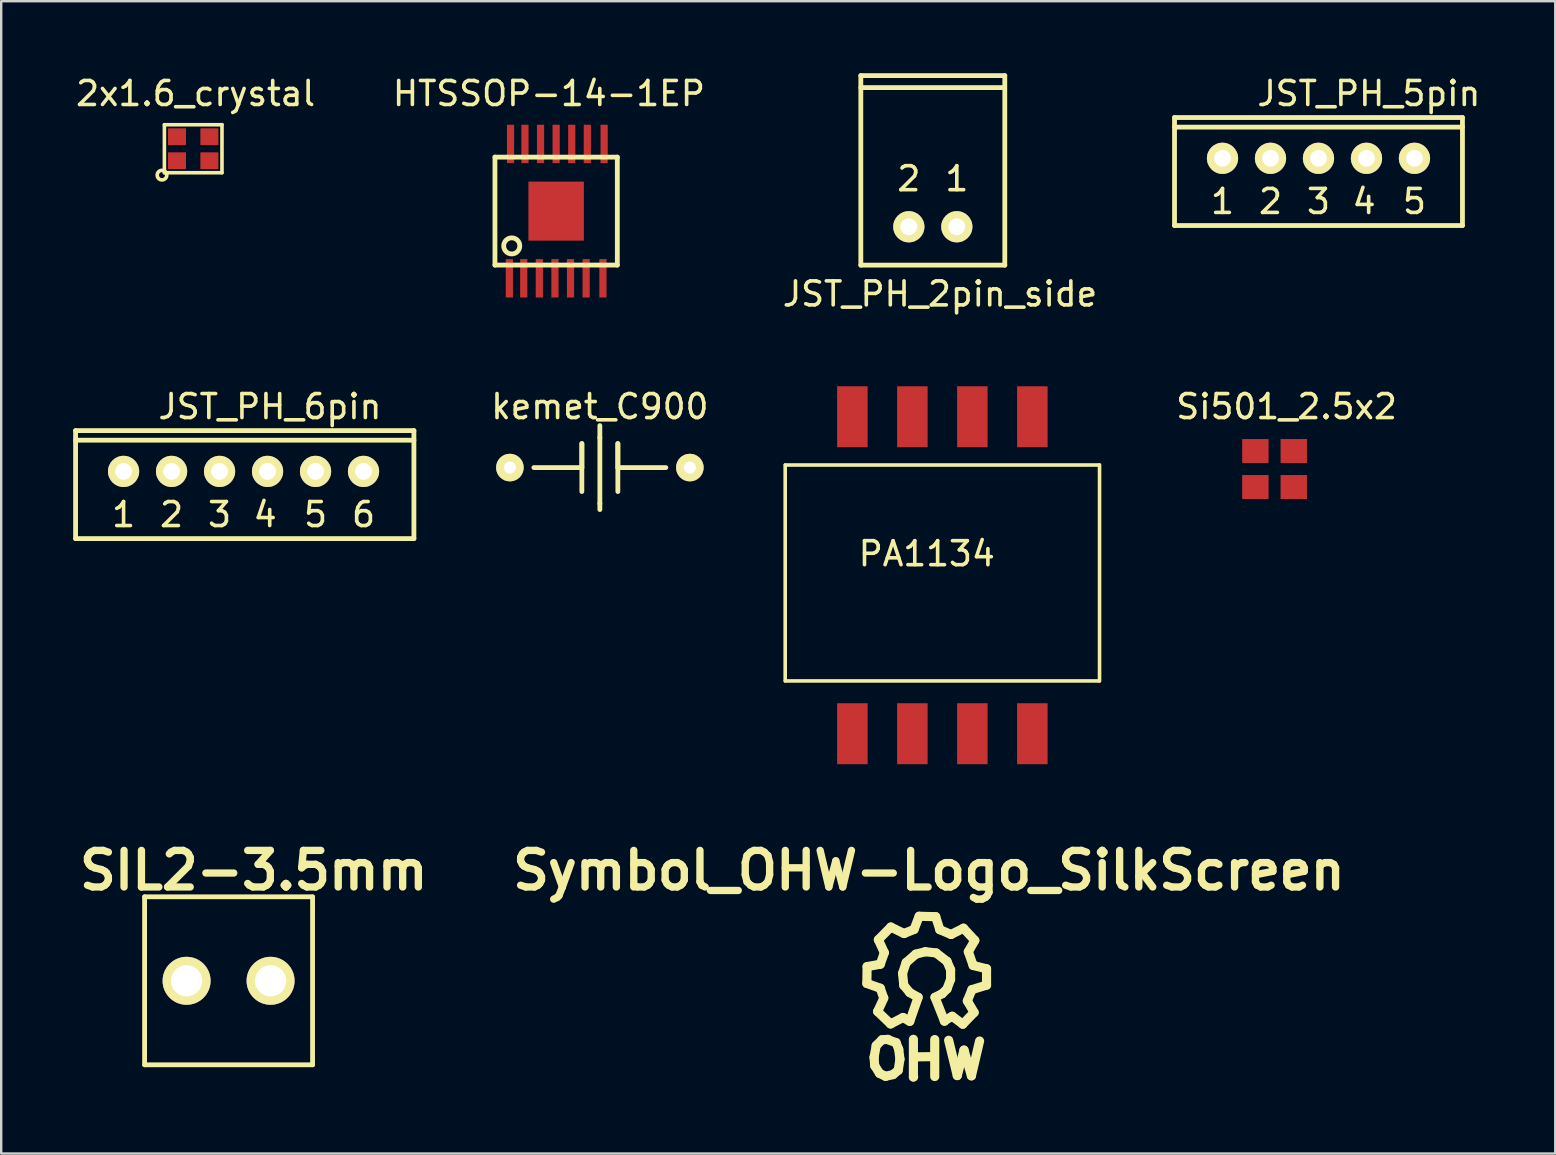
<source format=kicad_pcb>
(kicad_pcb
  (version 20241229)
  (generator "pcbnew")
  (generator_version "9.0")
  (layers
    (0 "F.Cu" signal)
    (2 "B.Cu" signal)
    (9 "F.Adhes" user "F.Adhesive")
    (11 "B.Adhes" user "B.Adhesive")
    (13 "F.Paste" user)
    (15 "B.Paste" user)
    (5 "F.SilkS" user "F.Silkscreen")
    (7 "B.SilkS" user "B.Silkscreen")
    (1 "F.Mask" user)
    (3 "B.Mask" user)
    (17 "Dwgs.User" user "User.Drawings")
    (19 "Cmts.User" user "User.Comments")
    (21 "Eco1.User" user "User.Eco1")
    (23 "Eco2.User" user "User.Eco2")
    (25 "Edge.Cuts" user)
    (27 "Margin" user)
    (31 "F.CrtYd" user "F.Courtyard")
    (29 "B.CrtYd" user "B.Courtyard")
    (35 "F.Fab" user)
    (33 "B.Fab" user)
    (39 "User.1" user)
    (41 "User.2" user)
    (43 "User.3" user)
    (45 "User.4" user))
  (footprint "JST_PH_2pin_side"
    (layer "F.Cu")
    (at 38.825 6.4)
    (property "Reference" "JST_PH_2pin_side" (at -2.7 2.8 0) (layer "F.SilkS") (effects (font (size 1 1) (thickness 0.15))))
    (attr through_hole)
    (fp_line (start -6 -6.3) (end 0 -6.3) (stroke (width 0.2) (type solid)) (layer "F.SilkS"))
    (fp_line (start -6 -5.8) (end -0.1 -5.8) (stroke (width 0.2) (type solid)) (layer "F.SilkS"))
    (fp_line (start -6 1.6) (end -6 -6.3) (stroke (width 0.2) (type solid)) (layer "F.SilkS"))
    (fp_line (start 0 -6.3) (end 0 1.6) (stroke (width 0.2) (type solid)) (layer "F.SilkS"))
    (fp_line (start 0 1.6) (end -6 1.6) (stroke (width 0.2) (type solid)) (layer "F.SilkS"))
    (fp_text user "2" (at -4 -2 0) (layer "F.SilkS") (effects (font (size 1 1) (thickness 0.15))))
    (fp_text user "1" (at -2 -2 0) (layer "F.SilkS") (effects (font (size 1 1) (thickness 0.15))))
    (pad "1" thru_hole circle (at -2 0) (size 1.3 1.3) (drill 0.7) (layers "*.Cu" "*.Mask" "F.SilkS"))
    (pad "2" thru_hole circle (at -4 0) (size 1.3 1.3) (drill 0.7) (layers "*.Cu" "*.Mask" "F.SilkS")))
  (footprint "Symbol_OHW-Logo_SilkScreen"
    (layer "F.Cu")
    (at 35.565 37.614)
    (property "Reference" "Symbol_OHW-Logo_SilkScreen" (at 0.099 -4.389 0) (layer "F.SilkS") (effects (font (size 1.524 1.524) (thickness 0.305))))
    (attr through_hole)
    (fp_line (start -2.489 0.32) (end -1.93 0.521) (stroke (width 0.381) (type solid)) (layer "F.SilkS"))
    (fp_line (start -2.479 -0.381) (end -2.489 0.32) (stroke (width 0.381) (type solid)) (layer "F.SilkS"))
    (fp_line (start -2.189 3.401) (end -2.161 3.749) (stroke (width 0.381) (type solid)) (layer "F.SilkS"))
    (fp_line (start -2.161 3.749) (end -1.96 4.069) (stroke (width 0.381) (type solid)) (layer "F.SilkS"))
    (fp_line (start -2.1 2.911) (end -2.189 3.401) (stroke (width 0.381) (type solid)) (layer "F.SilkS"))
    (fp_line (start -2.04 1.491) (end -1.501 2.009) (stroke (width 0.381) (type solid)) (layer "F.SilkS"))
    (fp_line (start -2.009 -1.501) (end -1.76 -0.96) (stroke (width 0.381) (type solid)) (layer "F.SilkS"))
    (fp_line (start -1.96 4.069) (end -1.709 4.191) (stroke (width 0.381) (type solid)) (layer "F.SilkS"))
    (fp_line (start -1.93 -0.48) (end -2.479 -0.381) (stroke (width 0.381) (type solid)) (layer "F.SilkS"))
    (fp_line (start -1.93 0.521) (end -1.791 0.919) (stroke (width 0.381) (type solid)) (layer "F.SilkS"))
    (fp_line (start -1.859 2.67) (end -2.1 2.911) (stroke (width 0.381) (type solid)) (layer "F.SilkS"))
    (fp_line (start -1.781 0.93) (end -2.04 1.491) (stroke (width 0.381) (type solid)) (layer "F.SilkS"))
    (fp_line (start -1.76 -0.96) (end -1.93 -0.48) (stroke (width 0.381) (type solid)) (layer "F.SilkS"))
    (fp_line (start -1.709 4.191) (end -1.399 4.12) (stroke (width 0.381) (type solid)) (layer "F.SilkS"))
    (fp_line (start -1.61 2.649) (end -1.859 2.67) (stroke (width 0.381) (type solid)) (layer "F.SilkS"))
    (fp_line (start -1.501 2.009) (end -0.98 1.74) (stroke (width 0.381) (type solid)) (layer "F.SilkS"))
    (fp_line (start -1.491 -2.029) (end -2.009 -1.501) (stroke (width 0.381) (type solid)) (layer "F.SilkS"))
    (fp_line (start -1.399 4.12) (end -1.181 3.94) (stroke (width 0.381) (type solid)) (layer "F.SilkS"))
    (fp_line (start -1.27 2.789) (end -1.63 2.659) (stroke (width 0.381) (type solid)) (layer "F.SilkS"))
    (fp_line (start -1.181 3.94) (end -1.11 3.48) (stroke (width 0.381) (type solid)) (layer "F.SilkS"))
    (fp_line (start -1.16 3.071) (end -1.27 2.789) (stroke (width 0.381) (type solid)) (layer "F.SilkS"))
    (fp_line (start -1.11 3.48) (end -1.16 3.071) (stroke (width 0.381) (type solid)) (layer "F.SilkS"))
    (fp_line (start -1.001 -0.099) (end -0.95 0.399) (stroke (width 0.381) (type solid)) (layer "F.SilkS"))
    (fp_line (start -0.98 1.74) (end -0.701 1.9) (stroke (width 0.381) (type solid)) (layer "F.SilkS"))
    (fp_line (start -0.95 0.399) (end -0.701 0.701) (stroke (width 0.381) (type solid)) (layer "F.SilkS"))
    (fp_line (start -0.94 -1.76) (end -1.491 -2.029) (stroke (width 0.381) (type solid)) (layer "F.SilkS"))
    (fp_line (start -0.851 -0.551) (end -1.001 -0.099) (stroke (width 0.381) (type solid)) (layer "F.SilkS"))
    (fp_line (start -0.701 0.701) (end -0.351 0.899) (stroke (width 0.381) (type solid)) (layer "F.SilkS"))
    (fp_line (start -0.549 2.649) (end -0.549 4.219) (stroke (width 0.381) (type solid)) (layer "F.SilkS"))
    (fp_line (start -0.549 4.219) (end -0.539 4.209) (stroke (width 0.381) (type solid)) (layer "F.SilkS"))
    (fp_line (start -0.521 -1.93) (end -0.94 -1.76) (stroke (width 0.381) (type solid)) (layer "F.SilkS"))
    (fp_line (start -0.501 3.381) (end 0.289 3.371) (stroke (width 0.381) (type solid)) (layer "F.SilkS"))
    (fp_line (start -0.45 -0.899) (end -0.851 -0.551) (stroke (width 0.381) (type solid)) (layer "F.SilkS"))
    (fp_line (start -0.351 0.899) (end -0.701 1.9) (stroke (width 0.381) (type solid)) (layer "F.SilkS"))
    (fp_line (start -0.31 -2.479) (end -0.521 -1.93) (stroke (width 0.381) (type solid)) (layer "F.SilkS"))
    (fp_line (start -0.051 -1.001) (end -0.45 -0.899) (stroke (width 0.381) (type solid)) (layer "F.SilkS"))
    (fp_line (start 0.289 3.371) (end 0.299 3.381) (stroke (width 0.381) (type solid)) (layer "F.SilkS"))
    (fp_line (start 0.299 3.381) (end 0.299 3.371) (stroke (width 0.381) (type solid)) (layer "F.SilkS"))
    (fp_line (start 0.34 2.659) (end 0.34 4.201) (stroke (width 0.381) (type solid)) (layer "F.SilkS"))
    (fp_line (start 0.351 0.899) (end 0.65 0.749) (stroke (width 0.381) (type solid)) (layer "F.SilkS"))
    (fp_line (start 0.351 0.899) (end 0.749 1.9) (stroke (width 0.381) (type solid)) (layer "F.SilkS"))
    (fp_line (start 0.381 -2.461) (end -0.31 -2.479) (stroke (width 0.381) (type solid)) (layer "F.SilkS"))
    (fp_line (start 0.399 -0.95) (end -0.051 -1.001) (stroke (width 0.381) (type solid)) (layer "F.SilkS"))
    (fp_line (start 0.551 -1.92) (end 0.381 -2.461) (stroke (width 0.381) (type solid)) (layer "F.SilkS"))
    (fp_line (start 0.65 0.749) (end 0.851 0.551) (stroke (width 0.381) (type solid)) (layer "F.SilkS"))
    (fp_line (start 0.739 1.88) (end 1.069 1.689) (stroke (width 0.381) (type solid)) (layer "F.SilkS"))
    (fp_line (start 0.851 -0.599) (end 0.399 -0.95) (stroke (width 0.381) (type solid)) (layer "F.SilkS"))
    (fp_line (start 0.851 0.551) (end 1.001 0.15) (stroke (width 0.381) (type solid)) (layer "F.SilkS"))
    (fp_line (start 0.919 2.69) (end 1.279 4.161) (stroke (width 0.381) (type solid)) (layer "F.SilkS"))
    (fp_line (start 1.001 -0.249) (end 0.851 -0.599) (stroke (width 0.381) (type solid)) (layer "F.SilkS"))
    (fp_line (start 1.001 0.15) (end 1.001 -0.249) (stroke (width 0.381) (type solid)) (layer "F.SilkS"))
    (fp_line (start 1.021 -1.72) (end 0.551 -1.92) (stroke (width 0.381) (type solid)) (layer "F.SilkS"))
    (fp_line (start 1.069 1.689) (end 1.509 2.019) (stroke (width 0.381) (type solid)) (layer "F.SilkS"))
    (fp_line (start 1.279 4.161) (end 1.559 3.099) (stroke (width 0.381) (type solid)) (layer "F.SilkS"))
    (fp_line (start 1.509 2.019) (end 1.981 1.529) (stroke (width 0.381) (type solid)) (layer "F.SilkS"))
    (fp_line (start 1.539 -1.981) (end 1.021 -1.72) (stroke (width 0.381) (type solid)) (layer "F.SilkS"))
    (fp_line (start 1.559 3.099) (end 1.869 4.171) (stroke (width 0.381) (type solid)) (layer "F.SilkS"))
    (fp_line (start 1.699 1.049) (end 1.89 0.579) (stroke (width 0.381) (type solid)) (layer "F.SilkS"))
    (fp_line (start 1.74 -1.001) (end 2.009 -1.471) (stroke (width 0.381) (type solid)) (layer "F.SilkS"))
    (fp_line (start 1.869 4.171) (end 2.209 2.72) (stroke (width 0.381) (type solid)) (layer "F.SilkS"))
    (fp_line (start 1.89 0.579) (end 2.499 0.391) (stroke (width 0.381) (type solid)) (layer "F.SilkS"))
    (fp_line (start 1.941 -0.429) (end 1.74 -1.001) (stroke (width 0.381) (type solid)) (layer "F.SilkS"))
    (fp_line (start 1.981 1.529) (end 1.699 1.049) (stroke (width 0.381) (type solid)) (layer "F.SilkS"))
    (fp_line (start 2.009 -1.471) (end 1.539 -1.981) (stroke (width 0.381) (type solid)) (layer "F.SilkS"))
    (fp_line (start 2.499 -0.29) (end 1.941 -0.429) (stroke (width 0.381) (type solid)) (layer "F.SilkS"))
    (fp_line (start 2.499 0.391) (end 2.499 -0.29) (stroke (width 0.381) (type solid)) (layer "F.SilkS")))
  (footprint "HTSSOP-14-1EP"
    (layer "F.Cu")
    (at 20.127 5.748)
    (property "Reference" "HTSSOP-14-1EP" (at -0.3 -4.9 0) (layer "F.SilkS") (effects (font (size 1 1) (thickness 0.15))))
    (attr through_hole)
    (fp_line (start -2.55 -2.25) (end -2.55 2.25) (stroke (width 0.2) (type solid)) (layer "F.SilkS"))
    (fp_line (start -2.55 2.25) (end 2.55 2.25) (stroke (width 0.2) (type solid)) (layer "F.SilkS"))
    (fp_line (start 2.55 -2.25) (end -2.55 -2.25) (stroke (width 0.2) (type solid)) (layer "F.SilkS"))
    (fp_line (start 2.55 2.25) (end 2.55 -2.25) (stroke (width 0.2) (type solid)) (layer "F.SilkS"))
    (fp_circle (center -1.85 1.45) (end -1.55 1.6) (stroke (width 0.2) (type solid)) (fill no) (layer "F.SilkS"))
    (pad "1" smd rect (at -1.95 2.8) (size 0.3 1.6) (layers "F.Cu" "F.Mask" "F.Paste"))
    (pad "2" smd rect (at -1.35 2.8) (size 0.3 1.6) (layers "F.Cu" "F.Mask" "F.Paste"))
    (pad "3" smd rect (at -0.7 2.8) (size 0.3 1.6) (layers "F.Cu" "F.Mask" "F.Paste"))
    (pad "4" smd rect (at -0.05 2.8) (size 0.3 1.6) (layers "F.Cu" "F.Mask" "F.Paste"))
    (pad "5" smd rect (at 0.6 2.8) (size 0.3 1.6) (layers "F.Cu" "F.Mask" "F.Paste"))
    (pad "6" smd rect (at 1.25 2.8) (size 0.3 1.6) (layers "F.Cu" "F.Mask" "F.Paste"))
    (pad "7" smd rect (at 1.95 2.8) (size 0.3 1.6) (layers "F.Cu" "F.Mask" "F.Paste"))
    (pad "8" smd rect (at 2 -2.8) (size 0.3 1.6) (layers "F.Cu" "F.Mask" "F.Paste"))
    (pad "9" smd rect (at 1.3 -2.8) (size 0.3 1.6) (layers "F.Cu" "F.Mask" "F.Paste"))
    (pad "10" smd rect (at 0.65 -2.8) (size 0.3 1.6) (layers "F.Cu" "F.Mask" "F.Paste"))
    (pad "11" smd rect (at 0 -2.8) (size 0.3 1.6) (layers "F.Cu" "F.Mask" "F.Paste"))
    (pad "12" smd rect (at -0.65 -2.8) (size 0.3 1.6) (layers "F.Cu" "F.Mask" "F.Paste"))
    (pad "13" smd rect (at -1.3 -2.8) (size 0.3 1.6) (layers "F.Cu" "F.Mask" "F.Paste"))
    (pad "14" smd rect (at -1.9 -2.8) (size 0.3 1.6) (layers "F.Cu" "F.Mask" "F.Paste"))
    (pad "15" smd rect (at 0 0) (size 2.31 2.46) (layers "F.Cu" "F.Mask" "F.Paste")))
  (footprint "2x1.6_crystal"
    (layer "F.Cu")
    (at 5.001 3.148)
    (property "Reference" "2x1.6_crystal" (at 0.1 -2.3 0) (layer "F.SilkS") (effects (font (size 1 1) (thickness 0.15))))
    (attr through_hole)
    (fp_line (start -1.2 -1) (end -1.2 1) (stroke (width 0.15) (type solid)) (layer "F.SilkS"))
    (fp_line (start -1.2 1) (end 1.2 1) (stroke (width 0.15) (type solid)) (layer "F.SilkS"))
    (fp_line (start 1.2 -1) (end -1.2 -1) (stroke (width 0.15) (type solid)) (layer "F.SilkS"))
    (fp_line (start 1.2 1) (end 1.2 -1) (stroke (width 0.15) (type solid)) (layer "F.SilkS"))
    (fp_circle (center -1.3 1.1) (end -1.1 1.1) (stroke (width 0.15) (type solid)) (fill no) (layer "F.SilkS"))
    (pad "1" smd rect (at -0.675 0.5) (size 0.75 0.7) (layers "F.Cu" "F.Mask" "F.Paste"))
    (pad "2" smd rect (at 0.675 0.5) (size 0.75 0.7) (layers "F.Cu" "F.Mask" "F.Paste"))
    (pad "3" smd rect (at 0.675 -0.5) (size 0.75 0.7) (layers "F.Cu" "F.Mask" "F.Paste"))
    (pad "4" smd rect (at -0.675 -0.5) (size 0.75 0.7) (layers "F.Cu" "F.Mask" "F.Paste")))
  (footprint "JST_PH_5pin"
    (layer "F.Cu")
    (at 51.898 3.548)
    (property "Reference" "JST_PH_5pin" (at 2.1 -2.7 0) (layer "F.SilkS") (effects (font (size 1 1) (thickness 0.15))))
    (attr through_hole)
    (fp_line (start -6 -1.7) (end 6 -1.7) (stroke (width 0.2) (type solid)) (layer "F.SilkS"))
    (fp_line (start -6 -1.3) (end 6 -1.3) (stroke (width 0.2) (type solid)) (layer "F.SilkS"))
    (fp_line (start -6 2.8) (end -6 -1.7) (stroke (width 0.2) (type solid)) (layer "F.SilkS"))
    (fp_line (start 6 -1.7) (end 6 2.8) (stroke (width 0.2) (type solid)) (layer "F.SilkS"))
    (fp_line (start 6 2.8) (end -6 2.8) (stroke (width 0.2) (type solid)) (layer "F.SilkS"))
    (fp_text user "3" (at 0 1.8 0) (layer "F.SilkS") (effects (font (size 1 1) (thickness 0.15))))
    (fp_text user "4" (at 1.9 1.8 0) (layer "F.SilkS") (effects (font (size 1 1) (thickness 0.15))))
    (fp_text user "5" (at 4 1.8 0) (layer "F.SilkS") (effects (font (size 1 1) (thickness 0.15))))
    (fp_text user "2" (at -2 1.8 0) (layer "F.SilkS") (effects (font (size 1 1) (thickness 0.15))))
    (fp_text user "1" (at -4 1.8 0) (layer "F.SilkS") (effects (font (size 1 1) (thickness 0.15))))
    (pad "1" thru_hole circle (at -4 0) (size 1.3 1.3) (drill 0.7) (layers "*.Cu" "*.Mask" "F.SilkS"))
    (pad "2" thru_hole circle (at -2 0) (size 1.3 1.3) (drill 0.7) (layers "*.Cu" "*.Mask" "F.SilkS"))
    (pad "3" thru_hole circle (at 0 0) (size 1.3 1.3) (drill 0.7) (layers "*.Cu" "*.Mask" "F.SilkS"))
    (pad "4" thru_hole circle (at 2 0) (size 1.3 1.3) (drill 0.7) (layers "*.Cu" "*.Mask" "F.SilkS"))
    (pad "5" thru_hole circle (at 4 0) (size 1.3 1.3) (drill 0.7) (layers "*.Cu" "*.Mask" "F.SilkS")))
  (footprint "PA1134"
    (layer "F.Cu")
    (at 32.473 27.528)
    (property "Reference" "PA1134" (at 3.1 -7.5 0) (layer "F.SilkS") (effects (font (size 1 1) (thickness 0.15))))
    (attr through_hole)
    (fp_line (start -2.8 -11.2) (end -2.8 -2.2) (stroke (width 0.15) (type solid)) (layer "F.SilkS"))
    (fp_line (start -2.79 -2.2) (end 10.29 -2.2) (stroke (width 0.15) (type solid)) (layer "F.SilkS"))
    (fp_line (start 10.29 -11.2) (end -2.79 -11.2) (stroke (width 0.15) (type solid)) (layer "F.SilkS"))
    (fp_line (start 10.3 -11.2) (end 10.3 -2.2) (stroke (width 0.15) (type solid)) (layer "F.SilkS"))
    (pad "1" smd rect (at 7.5 0) (size 1.27 2.54) (layers "F.Cu" "F.Mask" "F.Paste"))
    (pad "2" smd rect (at 5 0) (size 1.27 2.54) (layers "F.Cu" "F.Mask" "F.Paste"))
    (pad "3" smd rect (at 2.5 0) (size 1.27 2.54) (layers "F.Cu" "F.Mask" "F.Paste"))
    (pad "4" smd rect (at 0 0) (size 1.27 2.54) (layers "F.Cu" "F.Mask" "F.Paste"))
    (pad "5" smd rect (at 0 -13.21) (size 1.27 2.54) (layers "F.Cu" "F.Mask" "F.Paste"))
    (pad "6" smd rect (at 2.5 -13.21) (size 1.27 2.54) (layers "F.Cu" "F.Mask" "F.Paste"))
    (pad "7" smd rect (at 5 -13.21) (size 1.27 2.54) (layers "F.Cu" "F.Mask" "F.Paste"))
    (pad "8" smd rect (at 7.5 -13.21) (size 1.27 2.54) (layers "F.Cu" "F.Mask" "F.Paste")))
  (footprint "SIL2-3.5mm"
    (layer "F.Cu")
    (at 6.476 37.825)
    (property "Reference" "SIL2-3.5mm" (at 1.05 -4.6 0) (layer "F.SilkS") (effects (font (size 1.524 1.524) (thickness 0.305))))
    (attr through_hole)
    (fp_line (start -3.5 -3.5) (end -3.5 3.5) (stroke (width 0.2) (type solid)) (layer "F.SilkS"))
    (fp_line (start -3.5 3.5) (end 3.5 3.5) (stroke (width 0.2) (type solid)) (layer "F.SilkS"))
    (fp_line (start 3.5 -3.5) (end -3.5 -3.5) (stroke (width 0.2) (type solid)) (layer "F.SilkS"))
    (fp_line (start 3.5 3.5) (end 3.5 -3.5) (stroke (width 0.2) (type solid)) (layer "F.SilkS"))
    (pad "1" thru_hole circle (at -1.75 0) (size 1.999 1.999) (drill 1.3) (layers "*.Cu" "*.Mask" "F.SilkS"))
    (pad "2" thru_hole circle (at 1.75 0) (size 1.999 1.999) (drill 1.3) (layers "*.Cu" "*.Mask" "F.SilkS")))
  (footprint "JST_PH_6pin"
    (layer "F.Cu")
    (at 6.1 16.596)
    (property "Reference" "JST_PH_6pin" (at 2.1 -2.7 0) (layer "F.SilkS") (effects (font (size 1 1) (thickness 0.15))))
    (attr through_hole)
    (fp_line (start -6 -1.7) (end 8.1 -1.7) (stroke (width 0.2) (type solid)) (layer "F.SilkS"))
    (fp_line (start -6 -1.3) (end 8.1 -1.3) (stroke (width 0.2) (type solid)) (layer "F.SilkS"))
    (fp_line (start -6 2.8) (end -6 -1.7) (stroke (width 0.2) (type solid)) (layer "F.SilkS"))
    (fp_line (start 8.1 -1.7) (end 8.1 2.8) (stroke (width 0.2) (type solid)) (layer "F.SilkS"))
    (fp_line (start 8.1 2.8) (end -6 2.8) (stroke (width 0.2) (type solid)) (layer "F.SilkS"))
    (fp_text user "1" (at -4 1.8 0) (layer "F.SilkS") (effects (font (size 1 1) (thickness 0.15))))
    (fp_text user "4" (at 1.9 1.8 0) (layer "F.SilkS") (effects (font (size 1 1) (thickness 0.15))))
    (fp_text user "5" (at 4 1.8 0) (layer "F.SilkS") (effects (font (size 1 1) (thickness 0.15))))
    (fp_text user "3" (at 0 1.8 0) (layer "F.SilkS") (effects (font (size 1 1) (thickness 0.15))))
    (fp_text user "6" (at 6 1.8 0) (layer "F.SilkS") (effects (font (size 1 1) (thickness 0.15))))
    (fp_text user "2" (at -2 1.8 0) (layer "F.SilkS") (effects (font (size 1 1) (thickness 0.15))))
    (pad "1" thru_hole circle (at -4 0) (size 1.3 1.3) (drill 0.7) (layers "*.Cu" "*.Mask" "F.SilkS"))
    (pad "2" thru_hole circle (at -2 0) (size 1.3 1.3) (drill 0.7) (layers "*.Cu" "*.Mask" "F.SilkS"))
    (pad "3" thru_hole circle (at 0 0) (size 1.3 1.3) (drill 0.7) (layers "*.Cu" "*.Mask" "F.SilkS"))
    (pad "4" thru_hole circle (at 2 0) (size 1.3 1.3) (drill 0.7) (layers "*.Cu" "*.Mask" "F.SilkS"))
    (pad "5" thru_hole circle (at 4 0) (size 1.3 1.3) (drill 0.7) (layers "*.Cu" "*.Mask" "F.SilkS"))
    (pad "6" thru_hole circle (at 6 0) (size 1.3 1.3) (drill 0.7) (layers "*.Cu" "*.Mask" "F.SilkS")))
  (footprint "Si501_2.5x2"
    (layer "F.Cu")
    (at 50.068 16.497)
    (property "Reference" "Si501_2.5x2" (at 0.5 -2.6 0) (layer "F.SilkS") (effects (font (size 1 1) (thickness 0.15))))
    (attr through_hole)
    (pad "1" smd rect (at -0.8 0.75) (size 1.1 1) (layers "F.Cu" "F.Mask" "F.Paste"))
    (pad "2" smd rect (at 0.8 0.75) (size 1.1 1) (layers "F.Cu" "F.Mask" "F.Paste"))
    (pad "3" smd rect (at 0.8 -0.75) (size 1.1 1) (layers "F.Cu" "F.Mask" "F.Paste"))
    (pad "4" smd rect (at -0.8 -0.75) (size 1.1 1) (layers "F.Cu" "F.Mask" "F.Paste")))
  (footprint "kemet_C900"
    (layer "F.Cu")
    (at 21.949 16.436)
    (property "Reference" "kemet_C900" (at 0 -2.54 0) (layer "F.SilkS") (effects (font (size 1 1) (thickness 0.15))))
    (attr through_hole)
    (fp_line (start -2.75 0) (end -0.75 0) (stroke (width 0.2) (type solid)) (layer "F.SilkS"))
    (fp_line (start -0.75 -1) (end -0.75 1) (stroke (width 0.2) (type solid)) (layer "F.SilkS"))
    (fp_line (start -0.75 0) (end -0.75 -1) (stroke (width 0.2) (type solid)) (layer "F.SilkS"))
    (fp_line (start 0 -1.25) (end 0 -1.75) (stroke (width 0.2) (type solid)) (layer "F.SilkS"))
    (fp_line (start 0 -1.25) (end 0 1.5) (stroke (width 0.2) (type solid)) (layer "F.SilkS"))
    (fp_line (start 0 1.5) (end 0 1.75) (stroke (width 0.2) (type solid)) (layer "F.SilkS"))
    (fp_line (start 0.75 -1) (end 0.75 1) (stroke (width 0.2) (type solid)) (layer "F.SilkS"))
    (fp_line (start 0.75 0) (end 0.75 -1) (stroke (width 0.2) (type solid)) (layer "F.SilkS"))
    (fp_line (start 2.75 0) (end 0.75 0) (stroke (width 0.2) (type solid)) (layer "F.SilkS"))
    (pad "1" thru_hole circle (at -3.75 0) (size 1.15 1.15) (drill 0.5) (layers "*.Cu" "*.Mask" "F.SilkS"))
    (pad "2" thru_hole circle (at 3.75 0) (size 1.15 1.15) (drill 0.5) (layers "*.Cu" "*.Mask" "F.SilkS")))
  (gr_rect
    (start -3 -3)
    (end 61.765 45.023)
    (stroke (width 0.1) (type default))
    (fill no)
    (layer "Edge.Cuts")))
</source>
